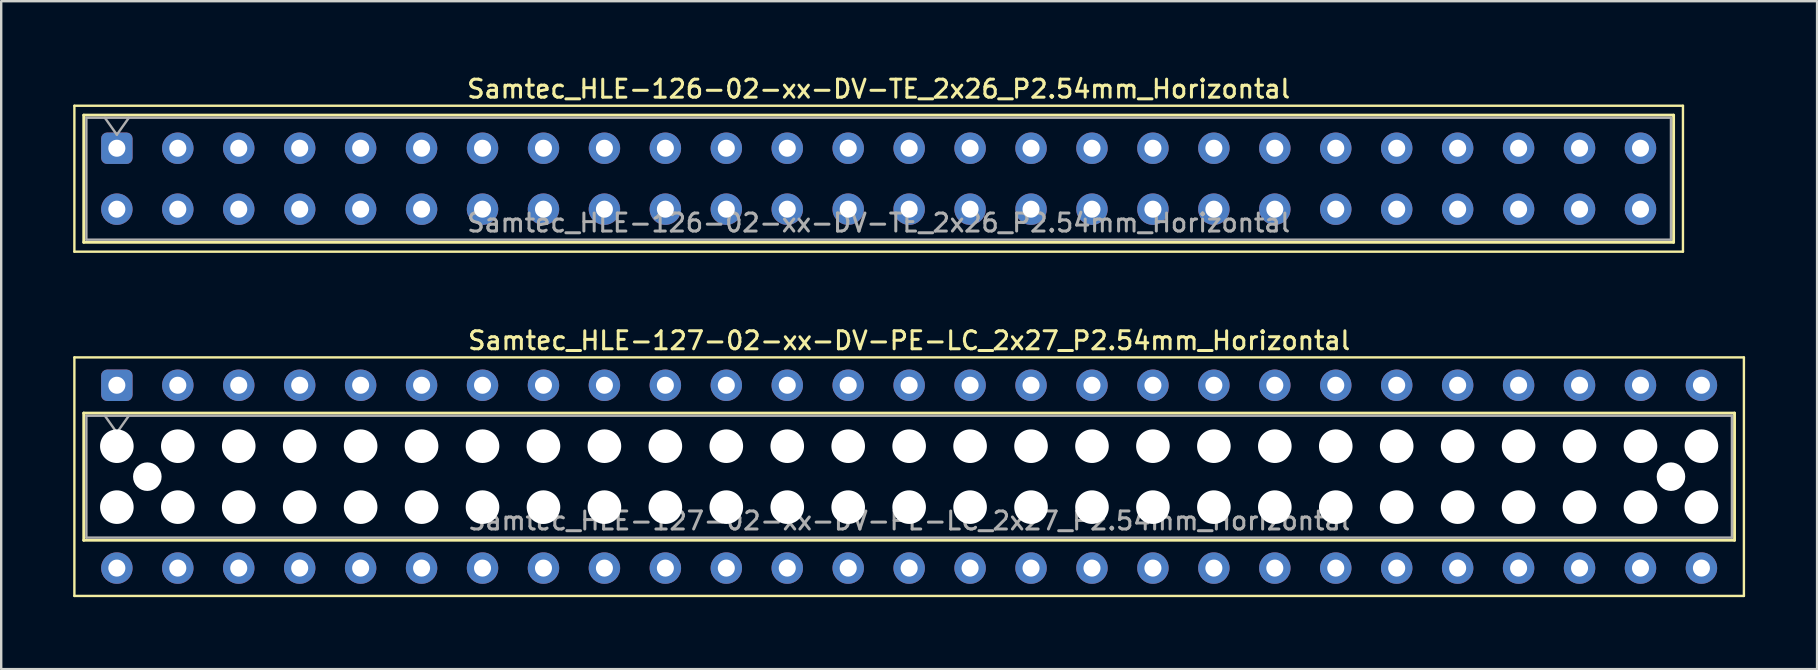
<source format=kicad_pcb>
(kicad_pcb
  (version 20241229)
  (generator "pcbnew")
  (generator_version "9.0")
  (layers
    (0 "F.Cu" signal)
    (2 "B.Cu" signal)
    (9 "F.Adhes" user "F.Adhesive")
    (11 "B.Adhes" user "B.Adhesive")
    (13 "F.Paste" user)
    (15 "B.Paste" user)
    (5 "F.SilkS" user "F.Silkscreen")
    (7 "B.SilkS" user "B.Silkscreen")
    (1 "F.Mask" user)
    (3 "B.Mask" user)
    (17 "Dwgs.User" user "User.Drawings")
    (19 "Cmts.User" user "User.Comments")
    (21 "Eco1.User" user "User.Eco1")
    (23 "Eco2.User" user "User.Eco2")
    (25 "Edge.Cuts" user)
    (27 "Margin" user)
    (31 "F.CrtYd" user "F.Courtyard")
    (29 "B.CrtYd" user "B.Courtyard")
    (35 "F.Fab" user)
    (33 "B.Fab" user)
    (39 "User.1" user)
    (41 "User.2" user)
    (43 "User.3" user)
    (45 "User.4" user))
  (footprint "Samtec_HLE-126-02-xx-DV-TE_2x26_P2.54mm_Horizontal"
    (layer "F.Cu")
    (at 1.82 3.128)
    (property "Reference" "Samtec_HLE-126-02-xx-DV-TE_2x26_P2.54mm_Horizontal" (at 31.75 -2.47 0) (layer "F.SilkS") (effects (font (size 0.75 0.75) (thickness 0.125))))
    (attr through_hole)
    (fp_line (start -1.77 -1.77) (end 65.27 -1.77) (stroke (width 0.1) (type solid)) (layer "F.SilkS"))
    (fp_line (start -1.77 4.31) (end -1.77 -1.77) (stroke (width 0.1) (type solid)) (layer "F.SilkS"))
    (fp_line (start -1.38 -1.38) (end 64.88 -1.38) (stroke (width 0.12) (type solid)) (layer "F.SilkS"))
    (fp_line (start -1.38 3.92) (end -1.38 -1.38) (stroke (width 0.12) (type solid)) (layer "F.SilkS"))
    (fp_line (start 64.88 -1.38) (end 64.88 3.92) (stroke (width 0.12) (type solid)) (layer "F.SilkS"))
    (fp_line (start 64.88 3.92) (end -1.38 3.92) (stroke (width 0.12) (type solid)) (layer "F.SilkS"))
    (fp_line (start 65.27 -1.77) (end 65.27 4.31) (stroke (width 0.1) (type solid)) (layer "F.SilkS"))
    (fp_line (start 65.27 4.31) (end -1.77 4.31) (stroke (width 0.1) (type solid)) (layer "F.SilkS"))
    (fp_line (start -1.27 -1.27) (end 64.77 -1.27) (stroke (width 0.1) (type solid)) (layer "F.Fab"))
    (fp_line (start -1.27 3.81) (end -1.27 -1.27) (stroke (width 0.1) (type solid)) (layer "F.Fab"))
    (fp_line (start -0.5 -1.27) (end 0 -0.563) (stroke (width 0.1) (type solid)) (layer "F.Fab"))
    (fp_line (start 0 -0.563) (end 0.5 -1.27) (stroke (width 0.1) (type solid)) (layer "F.Fab"))
    (fp_line (start 64.77 -1.27) (end 64.77 3.81) (stroke (width 0.1) (type solid)) (layer "F.Fab"))
    (fp_line (start 64.77 3.81) (end -1.27 3.81) (stroke (width 0.1) (type solid)) (layer "F.Fab"))
    (fp_text user "${REFERENCE}" (at 31.75 3.11 0) (layer "F.Fab") (effects (font (size 0.75 0.75) (thickness 0.125))))
    (pad "1" thru_hole roundrect (at 0 0) (size 1.31 1.31) (drill 0.71) (layers "*.Cu" "*.Mask") (roundrect_rratio 0.191))
    (pad "2" thru_hole circle (at 0 2.54) (size 1.31 1.31) (drill 0.71) (layers "*.Cu" "*.Mask"))
    (pad "3" thru_hole circle (at 2.54 0) (size 1.31 1.31) (drill 0.71) (layers "*.Cu" "*.Mask"))
    (pad "4" thru_hole circle (at 2.54 2.54) (size 1.31 1.31) (drill 0.71) (layers "*.Cu" "*.Mask"))
    (pad "5" thru_hole circle (at 5.08 0) (size 1.31 1.31) (drill 0.71) (layers "*.Cu" "*.Mask"))
    (pad "6" thru_hole circle (at 5.08 2.54) (size 1.31 1.31) (drill 0.71) (layers "*.Cu" "*.Mask"))
    (pad "7" thru_hole circle (at 7.62 0) (size 1.31 1.31) (drill 0.71) (layers "*.Cu" "*.Mask"))
    (pad "8" thru_hole circle (at 7.62 2.54) (size 1.31 1.31) (drill 0.71) (layers "*.Cu" "*.Mask"))
    (pad "9" thru_hole circle (at 10.16 0) (size 1.31 1.31) (drill 0.71) (layers "*.Cu" "*.Mask"))
    (pad "10" thru_hole circle (at 10.16 2.54) (size 1.31 1.31) (drill 0.71) (layers "*.Cu" "*.Mask"))
    (pad "11" thru_hole circle (at 12.7 0) (size 1.31 1.31) (drill 0.71) (layers "*.Cu" "*.Mask"))
    (pad "12" thru_hole circle (at 12.7 2.54) (size 1.31 1.31) (drill 0.71) (layers "*.Cu" "*.Mask"))
    (pad "13" thru_hole circle (at 15.24 0) (size 1.31 1.31) (drill 0.71) (layers "*.Cu" "*.Mask"))
    (pad "14" thru_hole circle (at 15.24 2.54) (size 1.31 1.31) (drill 0.71) (layers "*.Cu" "*.Mask"))
    (pad "15" thru_hole circle (at 17.78 0) (size 1.31 1.31) (drill 0.71) (layers "*.Cu" "*.Mask"))
    (pad "16" thru_hole circle (at 17.78 2.54) (size 1.31 1.31) (drill 0.71) (layers "*.Cu" "*.Mask"))
    (pad "17" thru_hole circle (at 20.32 0) (size 1.31 1.31) (drill 0.71) (layers "*.Cu" "*.Mask"))
    (pad "18" thru_hole circle (at 20.32 2.54) (size 1.31 1.31) (drill 0.71) (layers "*.Cu" "*.Mask"))
    (pad "19" thru_hole circle (at 22.86 0) (size 1.31 1.31) (drill 0.71) (layers "*.Cu" "*.Mask"))
    (pad "20" thru_hole circle (at 22.86 2.54) (size 1.31 1.31) (drill 0.71) (layers "*.Cu" "*.Mask"))
    (pad "21" thru_hole circle (at 25.4 0) (size 1.31 1.31) (drill 0.71) (layers "*.Cu" "*.Mask"))
    (pad "22" thru_hole circle (at 25.4 2.54) (size 1.31 1.31) (drill 0.71) (layers "*.Cu" "*.Mask"))
    (pad "23" thru_hole circle (at 27.94 0) (size 1.31 1.31) (drill 0.71) (layers "*.Cu" "*.Mask"))
    (pad "24" thru_hole circle (at 27.94 2.54) (size 1.31 1.31) (drill 0.71) (layers "*.Cu" "*.Mask"))
    (pad "25" thru_hole circle (at 30.48 0) (size 1.31 1.31) (drill 0.71) (layers "*.Cu" "*.Mask"))
    (pad "26" thru_hole circle (at 30.48 2.54) (size 1.31 1.31) (drill 0.71) (layers "*.Cu" "*.Mask"))
    (pad "27" thru_hole circle (at 33.02 0) (size 1.31 1.31) (drill 0.71) (layers "*.Cu" "*.Mask"))
    (pad "28" thru_hole circle (at 33.02 2.54) (size 1.31 1.31) (drill 0.71) (layers "*.Cu" "*.Mask"))
    (pad "29" thru_hole circle (at 35.56 0) (size 1.31 1.31) (drill 0.71) (layers "*.Cu" "*.Mask"))
    (pad "30" thru_hole circle (at 35.56 2.54) (size 1.31 1.31) (drill 0.71) (layers "*.Cu" "*.Mask"))
    (pad "31" thru_hole circle (at 38.1 0) (size 1.31 1.31) (drill 0.71) (layers "*.Cu" "*.Mask"))
    (pad "32" thru_hole circle (at 38.1 2.54) (size 1.31 1.31) (drill 0.71) (layers "*.Cu" "*.Mask"))
    (pad "33" thru_hole circle (at 40.64 0) (size 1.31 1.31) (drill 0.71) (layers "*.Cu" "*.Mask"))
    (pad "34" thru_hole circle (at 40.64 2.54) (size 1.31 1.31) (drill 0.71) (layers "*.Cu" "*.Mask"))
    (pad "35" thru_hole circle (at 43.18 0) (size 1.31 1.31) (drill 0.71) (layers "*.Cu" "*.Mask"))
    (pad "36" thru_hole circle (at 43.18 2.54) (size 1.31 1.31) (drill 0.71) (layers "*.Cu" "*.Mask"))
    (pad "37" thru_hole circle (at 45.72 0) (size 1.31 1.31) (drill 0.71) (layers "*.Cu" "*.Mask"))
    (pad "38" thru_hole circle (at 45.72 2.54) (size 1.31 1.31) (drill 0.71) (layers "*.Cu" "*.Mask"))
    (pad "39" thru_hole circle (at 48.26 0) (size 1.31 1.31) (drill 0.71) (layers "*.Cu" "*.Mask"))
    (pad "40" thru_hole circle (at 48.26 2.54) (size 1.31 1.31) (drill 0.71) (layers "*.Cu" "*.Mask"))
    (pad "41" thru_hole circle (at 50.8 0) (size 1.31 1.31) (drill 0.71) (layers "*.Cu" "*.Mask"))
    (pad "42" thru_hole circle (at 50.8 2.54) (size 1.31 1.31) (drill 0.71) (layers "*.Cu" "*.Mask"))
    (pad "43" thru_hole circle (at 53.34 0) (size 1.31 1.31) (drill 0.71) (layers "*.Cu" "*.Mask"))
    (pad "44" thru_hole circle (at 53.34 2.54) (size 1.31 1.31) (drill 0.71) (layers "*.Cu" "*.Mask"))
    (pad "45" thru_hole circle (at 55.88 0) (size 1.31 1.31) (drill 0.71) (layers "*.Cu" "*.Mask"))
    (pad "46" thru_hole circle (at 55.88 2.54) (size 1.31 1.31) (drill 0.71) (layers "*.Cu" "*.Mask"))
    (pad "47" thru_hole circle (at 58.42 0) (size 1.31 1.31) (drill 0.71) (layers "*.Cu" "*.Mask"))
    (pad "48" thru_hole circle (at 58.42 2.54) (size 1.31 1.31) (drill 0.71) (layers "*.Cu" "*.Mask"))
    (pad "49" thru_hole circle (at 60.96 0) (size 1.31 1.31) (drill 0.71) (layers "*.Cu" "*.Mask"))
    (pad "50" thru_hole circle (at 60.96 2.54) (size 1.31 1.31) (drill 0.71) (layers "*.Cu" "*.Mask"))
    (pad "51" thru_hole circle (at 63.5 0) (size 1.31 1.31) (drill 0.71) (layers "*.Cu" "*.Mask"))
    (pad "52" thru_hole circle (at 63.5 2.54) (size 1.31 1.31) (drill 0.71) (layers "*.Cu" "*.Mask")))
  (footprint "Samtec_HLE-127-02-xx-DV-PE-LC_2x27_P2.54mm_Horizontal"
    (layer "F.Cu")
    (at 1.82 13.006)
    (property "Reference" "Samtec_HLE-127-02-xx-DV-PE-LC_2x27_P2.54mm_Horizontal" (at 33.02 -1.86 0) (layer "F.SilkS") (effects (font (size 0.75 0.75) (thickness 0.125))))
    (attr through_hole)
    (fp_line (start -1.77 -1.16) (end 67.81 -1.16) (stroke (width 0.1) (type solid)) (layer "F.SilkS"))
    (fp_line (start -1.77 8.78) (end -1.77 -1.16) (stroke (width 0.1) (type solid)) (layer "F.SilkS"))
    (fp_line (start -1.38 1.16) (end 67.42 1.16) (stroke (width 0.12) (type solid)) (layer "F.SilkS"))
    (fp_line (start -1.38 6.46) (end -1.38 1.16) (stroke (width 0.12) (type solid)) (layer "F.SilkS"))
    (fp_line (start 67.42 1.16) (end 67.42 6.46) (stroke (width 0.12) (type solid)) (layer "F.SilkS"))
    (fp_line (start 67.42 6.46) (end -1.38 6.46) (stroke (width 0.12) (type solid)) (layer "F.SilkS"))
    (fp_line (start 67.81 -1.16) (end 67.81 8.78) (stroke (width 0.1) (type solid)) (layer "F.SilkS"))
    (fp_line (start 67.81 8.78) (end -1.77 8.78) (stroke (width 0.1) (type solid)) (layer "F.SilkS"))
    (fp_line (start -1.27 1.27) (end 67.31 1.27) (stroke (width 0.1) (type solid)) (layer "F.Fab"))
    (fp_line (start -1.27 6.35) (end -1.27 1.27) (stroke (width 0.1) (type solid)) (layer "F.Fab"))
    (fp_line (start -0.5 1.27) (end 0 1.977) (stroke (width 0.1) (type solid)) (layer "F.Fab"))
    (fp_line (start 0 1.977) (end 0.5 1.27) (stroke (width 0.1) (type solid)) (layer "F.Fab"))
    (fp_line (start 67.31 1.27) (end 67.31 6.35) (stroke (width 0.1) (type solid)) (layer "F.Fab"))
    (fp_line (start 67.31 6.35) (end -1.27 6.35) (stroke (width 0.1) (type solid)) (layer "F.Fab"))
    (fp_text user "${REFERENCE}" (at 33.02 5.65 0) (layer "F.Fab") (effects (font (size 0.75 0.75) (thickness 0.125))))
    (pad "" np_thru_hole circle (at 0 2.54) (size 1.4 1.4) (drill 1.4) (layers "*.Cu" "*.Mask"))
    (pad "" np_thru_hole circle (at 0 5.08) (size 1.4 1.4) (drill 1.4) (layers "*.Cu" "*.Mask"))
    (pad "" np_thru_hole circle (at 1.27 3.81) (size 1.19 1.19) (drill 1.19) (layers "*.Cu" "*.Mask"))
    (pad "" np_thru_hole circle (at 2.54 2.54) (size 1.4 1.4) (drill 1.4) (layers "*.Cu" "*.Mask"))
    (pad "" np_thru_hole circle (at 2.54 5.08) (size 1.4 1.4) (drill 1.4) (layers "*.Cu" "*.Mask"))
    (pad "" np_thru_hole circle (at 5.08 2.54) (size 1.4 1.4) (drill 1.4) (layers "*.Cu" "*.Mask"))
    (pad "" np_thru_hole circle (at 5.08 5.08) (size 1.4 1.4) (drill 1.4) (layers "*.Cu" "*.Mask"))
    (pad "" np_thru_hole circle (at 7.62 2.54) (size 1.4 1.4) (drill 1.4) (layers "*.Cu" "*.Mask"))
    (pad "" np_thru_hole circle (at 7.62 5.08) (size 1.4 1.4) (drill 1.4) (layers "*.Cu" "*.Mask"))
    (pad "" np_thru_hole circle (at 10.16 2.54) (size 1.4 1.4) (drill 1.4) (layers "*.Cu" "*.Mask"))
    (pad "" np_thru_hole circle (at 10.16 5.08) (size 1.4 1.4) (drill 1.4) (layers "*.Cu" "*.Mask"))
    (pad "" np_thru_hole circle (at 12.7 2.54) (size 1.4 1.4) (drill 1.4) (layers "*.Cu" "*.Mask"))
    (pad "" np_thru_hole circle (at 12.7 5.08) (size 1.4 1.4) (drill 1.4) (layers "*.Cu" "*.Mask"))
    (pad "" np_thru_hole circle (at 15.24 2.54) (size 1.4 1.4) (drill 1.4) (layers "*.Cu" "*.Mask"))
    (pad "" np_thru_hole circle (at 15.24 5.08) (size 1.4 1.4) (drill 1.4) (layers "*.Cu" "*.Mask"))
    (pad "" np_thru_hole circle (at 17.78 2.54) (size 1.4 1.4) (drill 1.4) (layers "*.Cu" "*.Mask"))
    (pad "" np_thru_hole circle (at 17.78 5.08) (size 1.4 1.4) (drill 1.4) (layers "*.Cu" "*.Mask"))
    (pad "" np_thru_hole circle (at 20.32 2.54) (size 1.4 1.4) (drill 1.4) (layers "*.Cu" "*.Mask"))
    (pad "" np_thru_hole circle (at 20.32 5.08) (size 1.4 1.4) (drill 1.4) (layers "*.Cu" "*.Mask"))
    (pad "" np_thru_hole circle (at 22.86 2.54) (size 1.4 1.4) (drill 1.4) (layers "*.Cu" "*.Mask"))
    (pad "" np_thru_hole circle (at 22.86 5.08) (size 1.4 1.4) (drill 1.4) (layers "*.Cu" "*.Mask"))
    (pad "" np_thru_hole circle (at 25.4 2.54) (size 1.4 1.4) (drill 1.4) (layers "*.Cu" "*.Mask"))
    (pad "" np_thru_hole circle (at 25.4 5.08) (size 1.4 1.4) (drill 1.4) (layers "*.Cu" "*.Mask"))
    (pad "" np_thru_hole circle (at 27.94 2.54) (size 1.4 1.4) (drill 1.4) (layers "*.Cu" "*.Mask"))
    (pad "" np_thru_hole circle (at 27.94 5.08) (size 1.4 1.4) (drill 1.4) (layers "*.Cu" "*.Mask"))
    (pad "" np_thru_hole circle (at 30.48 2.54) (size 1.4 1.4) (drill 1.4) (layers "*.Cu" "*.Mask"))
    (pad "" np_thru_hole circle (at 30.48 5.08) (size 1.4 1.4) (drill 1.4) (layers "*.Cu" "*.Mask"))
    (pad "" np_thru_hole circle (at 33.02 2.54) (size 1.4 1.4) (drill 1.4) (layers "*.Cu" "*.Mask"))
    (pad "" np_thru_hole circle (at 33.02 5.08) (size 1.4 1.4) (drill 1.4) (layers "*.Cu" "*.Mask"))
    (pad "" np_thru_hole circle (at 35.56 2.54) (size 1.4 1.4) (drill 1.4) (layers "*.Cu" "*.Mask"))
    (pad "" np_thru_hole circle (at 35.56 5.08) (size 1.4 1.4) (drill 1.4) (layers "*.Cu" "*.Mask"))
    (pad "" np_thru_hole circle (at 38.1 2.54) (size 1.4 1.4) (drill 1.4) (layers "*.Cu" "*.Mask"))
    (pad "" np_thru_hole circle (at 38.1 5.08) (size 1.4 1.4) (drill 1.4) (layers "*.Cu" "*.Mask"))
    (pad "" np_thru_hole circle (at 40.64 2.54) (size 1.4 1.4) (drill 1.4) (layers "*.Cu" "*.Mask"))
    (pad "" np_thru_hole circle (at 40.64 5.08) (size 1.4 1.4) (drill 1.4) (layers "*.Cu" "*.Mask"))
    (pad "" np_thru_hole circle (at 43.18 2.54) (size 1.4 1.4) (drill 1.4) (layers "*.Cu" "*.Mask"))
    (pad "" np_thru_hole circle (at 43.18 5.08) (size 1.4 1.4) (drill 1.4) (layers "*.Cu" "*.Mask"))
    (pad "" np_thru_hole circle (at 45.72 2.54) (size 1.4 1.4) (drill 1.4) (layers "*.Cu" "*.Mask"))
    (pad "" np_thru_hole circle (at 45.72 5.08) (size 1.4 1.4) (drill 1.4) (layers "*.Cu" "*.Mask"))
    (pad "" np_thru_hole circle (at 48.26 2.54) (size 1.4 1.4) (drill 1.4) (layers "*.Cu" "*.Mask"))
    (pad "" np_thru_hole circle (at 48.26 5.08) (size 1.4 1.4) (drill 1.4) (layers "*.Cu" "*.Mask"))
    (pad "" np_thru_hole circle (at 50.8 2.54) (size 1.4 1.4) (drill 1.4) (layers "*.Cu" "*.Mask"))
    (pad "" np_thru_hole circle (at 50.8 5.08) (size 1.4 1.4) (drill 1.4) (layers "*.Cu" "*.Mask"))
    (pad "" np_thru_hole circle (at 53.34 2.54) (size 1.4 1.4) (drill 1.4) (layers "*.Cu" "*.Mask"))
    (pad "" np_thru_hole circle (at 53.34 5.08) (size 1.4 1.4) (drill 1.4) (layers "*.Cu" "*.Mask"))
    (pad "" np_thru_hole circle (at 55.88 2.54) (size 1.4 1.4) (drill 1.4) (layers "*.Cu" "*.Mask"))
    (pad "" np_thru_hole circle (at 55.88 5.08) (size 1.4 1.4) (drill 1.4) (layers "*.Cu" "*.Mask"))
    (pad "" np_thru_hole circle (at 58.42 2.54) (size 1.4 1.4) (drill 1.4) (layers "*.Cu" "*.Mask"))
    (pad "" np_thru_hole circle (at 58.42 5.08) (size 1.4 1.4) (drill 1.4) (layers "*.Cu" "*.Mask"))
    (pad "" np_thru_hole circle (at 60.96 2.54) (size 1.4 1.4) (drill 1.4) (layers "*.Cu" "*.Mask"))
    (pad "" np_thru_hole circle (at 60.96 5.08) (size 1.4 1.4) (drill 1.4) (layers "*.Cu" "*.Mask"))
    (pad "" np_thru_hole circle (at 63.5 2.54) (size 1.4 1.4) (drill 1.4) (layers "*.Cu" "*.Mask"))
    (pad "" np_thru_hole circle (at 63.5 5.08) (size 1.4 1.4) (drill 1.4) (layers "*.Cu" "*.Mask"))
    (pad "" np_thru_hole circle (at 64.77 3.81) (size 1.19 1.19) (drill 1.19) (layers "*.Cu" "*.Mask"))
    (pad "" np_thru_hole circle (at 66.04 2.54) (size 1.4 1.4) (drill 1.4) (layers "*.Cu" "*.Mask"))
    (pad "" np_thru_hole circle (at 66.04 5.08) (size 1.4 1.4) (drill 1.4) (layers "*.Cu" "*.Mask"))
    (pad "1" thru_hole roundrect (at 0 0) (size 1.31 1.31) (drill 0.71) (layers "*.Cu" "*.Mask") (roundrect_rratio 0.191))
    (pad "2" thru_hole circle (at 0 7.62) (size 1.31 1.31) (drill 0.71) (layers "*.Cu" "*.Mask"))
    (pad "3" thru_hole circle (at 2.54 0) (size 1.31 1.31) (drill 0.71) (layers "*.Cu" "*.Mask"))
    (pad "4" thru_hole circle (at 2.54 7.62) (size 1.31 1.31) (drill 0.71) (layers "*.Cu" "*.Mask"))
    (pad "5" thru_hole circle (at 5.08 0) (size 1.31 1.31) (drill 0.71) (layers "*.Cu" "*.Mask"))
    (pad "6" thru_hole circle (at 5.08 7.62) (size 1.31 1.31) (drill 0.71) (layers "*.Cu" "*.Mask"))
    (pad "7" thru_hole circle (at 7.62 0) (size 1.31 1.31) (drill 0.71) (layers "*.Cu" "*.Mask"))
    (pad "8" thru_hole circle (at 7.62 7.62) (size 1.31 1.31) (drill 0.71) (layers "*.Cu" "*.Mask"))
    (pad "9" thru_hole circle (at 10.16 0) (size 1.31 1.31) (drill 0.71) (layers "*.Cu" "*.Mask"))
    (pad "10" thru_hole circle (at 10.16 7.62) (size 1.31 1.31) (drill 0.71) (layers "*.Cu" "*.Mask"))
    (pad "11" thru_hole circle (at 12.7 0) (size 1.31 1.31) (drill 0.71) (layers "*.Cu" "*.Mask"))
    (pad "12" thru_hole circle (at 12.7 7.62) (size 1.31 1.31) (drill 0.71) (layers "*.Cu" "*.Mask"))
    (pad "13" thru_hole circle (at 15.24 0) (size 1.31 1.31) (drill 0.71) (layers "*.Cu" "*.Mask"))
    (pad "14" thru_hole circle (at 15.24 7.62) (size 1.31 1.31) (drill 0.71) (layers "*.Cu" "*.Mask"))
    (pad "15" thru_hole circle (at 17.78 0) (size 1.31 1.31) (drill 0.71) (layers "*.Cu" "*.Mask"))
    (pad "16" thru_hole circle (at 17.78 7.62) (size 1.31 1.31) (drill 0.71) (layers "*.Cu" "*.Mask"))
    (pad "17" thru_hole circle (at 20.32 0) (size 1.31 1.31) (drill 0.71) (layers "*.Cu" "*.Mask"))
    (pad "18" thru_hole circle (at 20.32 7.62) (size 1.31 1.31) (drill 0.71) (layers "*.Cu" "*.Mask"))
    (pad "19" thru_hole circle (at 22.86 0) (size 1.31 1.31) (drill 0.71) (layers "*.Cu" "*.Mask"))
    (pad "20" thru_hole circle (at 22.86 7.62) (size 1.31 1.31) (drill 0.71) (layers "*.Cu" "*.Mask"))
    (pad "21" thru_hole circle (at 25.4 0) (size 1.31 1.31) (drill 0.71) (layers "*.Cu" "*.Mask"))
    (pad "22" thru_hole circle (at 25.4 7.62) (size 1.31 1.31) (drill 0.71) (layers "*.Cu" "*.Mask"))
    (pad "23" thru_hole circle (at 27.94 0) (size 1.31 1.31) (drill 0.71) (layers "*.Cu" "*.Mask"))
    (pad "24" thru_hole circle (at 27.94 7.62) (size 1.31 1.31) (drill 0.71) (layers "*.Cu" "*.Mask"))
    (pad "25" thru_hole circle (at 30.48 0) (size 1.31 1.31) (drill 0.71) (layers "*.Cu" "*.Mask"))
    (pad "26" thru_hole circle (at 30.48 7.62) (size 1.31 1.31) (drill 0.71) (layers "*.Cu" "*.Mask"))
    (pad "27" thru_hole circle (at 33.02 0) (size 1.31 1.31) (drill 0.71) (layers "*.Cu" "*.Mask"))
    (pad "28" thru_hole circle (at 33.02 7.62) (size 1.31 1.31) (drill 0.71) (layers "*.Cu" "*.Mask"))
    (pad "29" thru_hole circle (at 35.56 0) (size 1.31 1.31) (drill 0.71) (layers "*.Cu" "*.Mask"))
    (pad "30" thru_hole circle (at 35.56 7.62) (size 1.31 1.31) (drill 0.71) (layers "*.Cu" "*.Mask"))
    (pad "31" thru_hole circle (at 38.1 0) (size 1.31 1.31) (drill 0.71) (layers "*.Cu" "*.Mask"))
    (pad "32" thru_hole circle (at 38.1 7.62) (size 1.31 1.31) (drill 0.71) (layers "*.Cu" "*.Mask"))
    (pad "33" thru_hole circle (at 40.64 0) (size 1.31 1.31) (drill 0.71) (layers "*.Cu" "*.Mask"))
    (pad "34" thru_hole circle (at 40.64 7.62) (size 1.31 1.31) (drill 0.71) (layers "*.Cu" "*.Mask"))
    (pad "35" thru_hole circle (at 43.18 0) (size 1.31 1.31) (drill 0.71) (layers "*.Cu" "*.Mask"))
    (pad "36" thru_hole circle (at 43.18 7.62) (size 1.31 1.31) (drill 0.71) (layers "*.Cu" "*.Mask"))
    (pad "37" thru_hole circle (at 45.72 0) (size 1.31 1.31) (drill 0.71) (layers "*.Cu" "*.Mask"))
    (pad "38" thru_hole circle (at 45.72 7.62) (size 1.31 1.31) (drill 0.71) (layers "*.Cu" "*.Mask"))
    (pad "39" thru_hole circle (at 48.26 0) (size 1.31 1.31) (drill 0.71) (layers "*.Cu" "*.Mask"))
    (pad "40" thru_hole circle (at 48.26 7.62) (size 1.31 1.31) (drill 0.71) (layers "*.Cu" "*.Mask"))
    (pad "41" thru_hole circle (at 50.8 0) (size 1.31 1.31) (drill 0.71) (layers "*.Cu" "*.Mask"))
    (pad "42" thru_hole circle (at 50.8 7.62) (size 1.31 1.31) (drill 0.71) (layers "*.Cu" "*.Mask"))
    (pad "43" thru_hole circle (at 53.34 0) (size 1.31 1.31) (drill 0.71) (layers "*.Cu" "*.Mask"))
    (pad "44" thru_hole circle (at 53.34 7.62) (size 1.31 1.31) (drill 0.71) (layers "*.Cu" "*.Mask"))
    (pad "45" thru_hole circle (at 55.88 0) (size 1.31 1.31) (drill 0.71) (layers "*.Cu" "*.Mask"))
    (pad "46" thru_hole circle (at 55.88 7.62) (size 1.31 1.31) (drill 0.71) (layers "*.Cu" "*.Mask"))
    (pad "47" thru_hole circle (at 58.42 0) (size 1.31 1.31) (drill 0.71) (layers "*.Cu" "*.Mask"))
    (pad "48" thru_hole circle (at 58.42 7.62) (size 1.31 1.31) (drill 0.71) (layers "*.Cu" "*.Mask"))
    (pad "49" thru_hole circle (at 60.96 0) (size 1.31 1.31) (drill 0.71) (layers "*.Cu" "*.Mask"))
    (pad "50" thru_hole circle (at 60.96 7.62) (size 1.31 1.31) (drill 0.71) (layers "*.Cu" "*.Mask"))
    (pad "51" thru_hole circle (at 63.5 0) (size 1.31 1.31) (drill 0.71) (layers "*.Cu" "*.Mask"))
    (pad "52" thru_hole circle (at 63.5 7.62) (size 1.31 1.31) (drill 0.71) (layers "*.Cu" "*.Mask"))
    (pad "53" thru_hole circle (at 66.04 0) (size 1.31 1.31) (drill 0.71) (layers "*.Cu" "*.Mask"))
    (pad "54" thru_hole circle (at 66.04 7.62) (size 1.31 1.31) (drill 0.71) (layers "*.Cu" "*.Mask")))
  (gr_rect
    (start -3 -3)
    (end 72.68 24.836)
    (stroke (width 0.1) (type default))
    (fill no)
    (layer "Edge.Cuts")))
</source>
